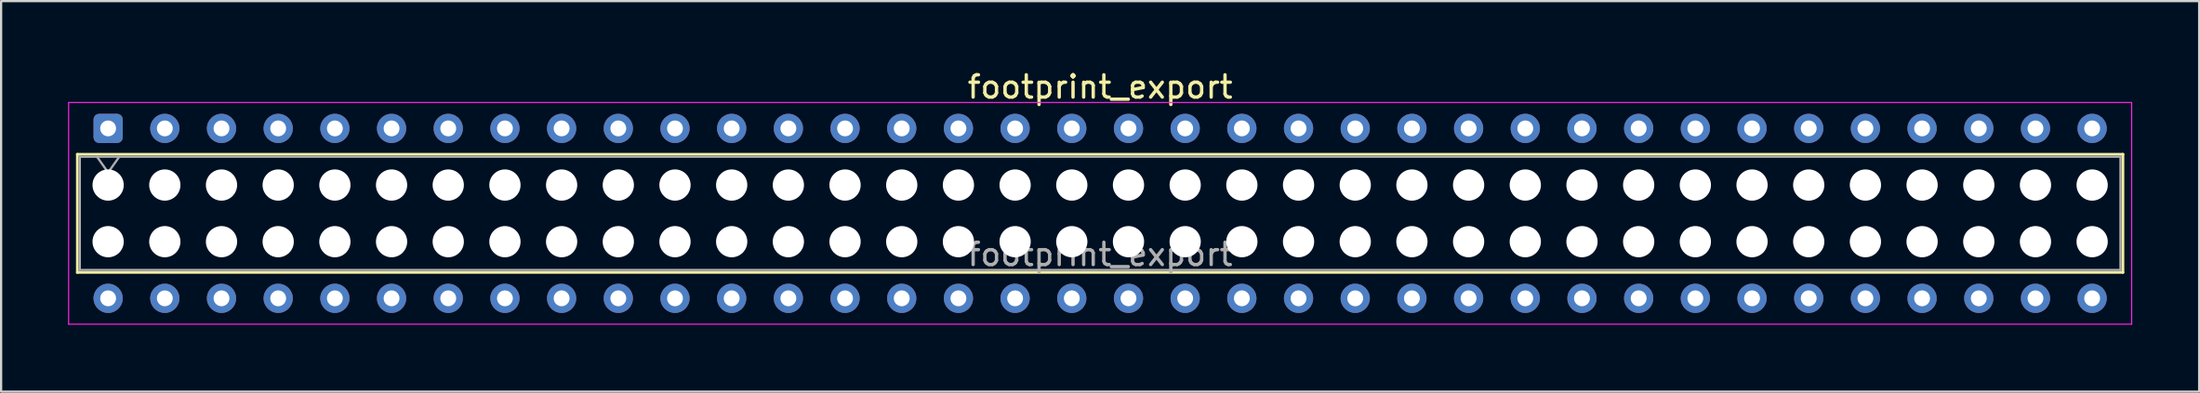
<source format=kicad_pcb>
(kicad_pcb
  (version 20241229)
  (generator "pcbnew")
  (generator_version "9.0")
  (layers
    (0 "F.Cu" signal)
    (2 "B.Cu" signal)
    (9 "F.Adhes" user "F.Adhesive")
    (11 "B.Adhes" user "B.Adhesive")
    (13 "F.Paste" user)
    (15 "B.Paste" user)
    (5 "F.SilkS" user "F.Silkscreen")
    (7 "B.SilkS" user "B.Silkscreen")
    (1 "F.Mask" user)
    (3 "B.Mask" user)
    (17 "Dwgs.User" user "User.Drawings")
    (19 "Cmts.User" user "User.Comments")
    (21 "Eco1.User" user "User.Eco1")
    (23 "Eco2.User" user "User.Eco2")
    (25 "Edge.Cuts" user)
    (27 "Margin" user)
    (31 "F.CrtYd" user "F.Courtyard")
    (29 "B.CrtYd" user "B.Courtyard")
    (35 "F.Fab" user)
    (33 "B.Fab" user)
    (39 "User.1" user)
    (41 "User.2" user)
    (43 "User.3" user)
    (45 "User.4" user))
  (footprint "footprint_export"
    (layer "F.Cu")
    (at 1.795 2.708)
    (property "Reference" "footprint_export" (at 44.45 -1.86 0) (layer "F.SilkS") (effects (font (size 1 1) (thickness 0.15))))
    (attr through_hole)
    (fp_line (start -1.38 1.16) (end 90.28 1.16) (stroke (width 0.12) (type solid)) (layer "F.SilkS"))
    (fp_line (start -1.38 6.46) (end -1.38 1.16) (stroke (width 0.12) (type solid)) (layer "F.SilkS"))
    (fp_line (start 90.28 1.16) (end 90.28 6.46) (stroke (width 0.12) (type solid)) (layer "F.SilkS"))
    (fp_line (start 90.28 6.46) (end -1.38 6.46) (stroke (width 0.12) (type solid)) (layer "F.SilkS"))
    (fp_line (start -1.77 -1.16) (end 90.67 -1.16) (stroke (width 0.05) (type solid)) (layer "F.CrtYd"))
    (fp_line (start -1.77 8.78) (end -1.77 -1.16) (stroke (width 0.05) (type solid)) (layer "F.CrtYd"))
    (fp_line (start 90.67 -1.16) (end 90.67 8.78) (stroke (width 0.05) (type solid)) (layer "F.CrtYd"))
    (fp_line (start 90.67 8.78) (end -1.77 8.78) (stroke (width 0.05) (type solid)) (layer "F.CrtYd"))
    (fp_line (start -1.27 1.27) (end 90.17 1.27) (stroke (width 0.1) (type solid)) (layer "F.Fab"))
    (fp_line (start -1.27 6.35) (end -1.27 1.27) (stroke (width 0.1) (type solid)) (layer "F.Fab"))
    (fp_line (start -0.5 1.27) (end 0 1.977) (stroke (width 0.1) (type solid)) (layer "F.Fab"))
    (fp_line (start 0 1.977) (end 0.5 1.27) (stroke (width 0.1) (type solid)) (layer "F.Fab"))
    (fp_line (start 90.17 1.27) (end 90.17 6.35) (stroke (width 0.1) (type solid)) (layer "F.Fab"))
    (fp_line (start 90.17 6.35) (end -1.27 6.35) (stroke (width 0.1) (type solid)) (layer "F.Fab"))
    (fp_text user "${REFERENCE}" (at 44.45 5.65 0) (layer "F.Fab") (effects (font (size 1 1) (thickness 0.15))))
    (pad "" np_thru_hole circle (at 0 2.54) (size 1.4 1.4) (drill 1.4) (layers "*.Cu" "*.Mask"))
    (pad "" np_thru_hole circle (at 0 5.08) (size 1.4 1.4) (drill 1.4) (layers "*.Cu" "*.Mask"))
    (pad "" np_thru_hole circle (at 2.54 2.54) (size 1.4 1.4) (drill 1.4) (layers "*.Cu" "*.Mask"))
    (pad "" np_thru_hole circle (at 2.54 5.08) (size 1.4 1.4) (drill 1.4) (layers "*.Cu" "*.Mask"))
    (pad "" np_thru_hole circle (at 5.08 2.54) (size 1.4 1.4) (drill 1.4) (layers "*.Cu" "*.Mask"))
    (pad "" np_thru_hole circle (at 5.08 5.08) (size 1.4 1.4) (drill 1.4) (layers "*.Cu" "*.Mask"))
    (pad "" np_thru_hole circle (at 7.62 2.54) (size 1.4 1.4) (drill 1.4) (layers "*.Cu" "*.Mask"))
    (pad "" np_thru_hole circle (at 7.62 5.08) (size 1.4 1.4) (drill 1.4) (layers "*.Cu" "*.Mask"))
    (pad "" np_thru_hole circle (at 10.16 2.54) (size 1.4 1.4) (drill 1.4) (layers "*.Cu" "*.Mask"))
    (pad "" np_thru_hole circle (at 10.16 5.08) (size 1.4 1.4) (drill 1.4) (layers "*.Cu" "*.Mask"))
    (pad "" np_thru_hole circle (at 12.7 2.54) (size 1.4 1.4) (drill 1.4) (layers "*.Cu" "*.Mask"))
    (pad "" np_thru_hole circle (at 12.7 5.08) (size 1.4 1.4) (drill 1.4) (layers "*.Cu" "*.Mask"))
    (pad "" np_thru_hole circle (at 15.24 2.54) (size 1.4 1.4) (drill 1.4) (layers "*.Cu" "*.Mask"))
    (pad "" np_thru_hole circle (at 15.24 5.08) (size 1.4 1.4) (drill 1.4) (layers "*.Cu" "*.Mask"))
    (pad "" np_thru_hole circle (at 17.78 2.54) (size 1.4 1.4) (drill 1.4) (layers "*.Cu" "*.Mask"))
    (pad "" np_thru_hole circle (at 17.78 5.08) (size 1.4 1.4) (drill 1.4) (layers "*.Cu" "*.Mask"))
    (pad "" np_thru_hole circle (at 20.32 2.54) (size 1.4 1.4) (drill 1.4) (layers "*.Cu" "*.Mask"))
    (pad "" np_thru_hole circle (at 20.32 5.08) (size 1.4 1.4) (drill 1.4) (layers "*.Cu" "*.Mask"))
    (pad "" np_thru_hole circle (at 22.86 2.54) (size 1.4 1.4) (drill 1.4) (layers "*.Cu" "*.Mask"))
    (pad "" np_thru_hole circle (at 22.86 5.08) (size 1.4 1.4) (drill 1.4) (layers "*.Cu" "*.Mask"))
    (pad "" np_thru_hole circle (at 25.4 2.54) (size 1.4 1.4) (drill 1.4) (layers "*.Cu" "*.Mask"))
    (pad "" np_thru_hole circle (at 25.4 5.08) (size 1.4 1.4) (drill 1.4) (layers "*.Cu" "*.Mask"))
    (pad "" np_thru_hole circle (at 27.94 2.54) (size 1.4 1.4) (drill 1.4) (layers "*.Cu" "*.Mask"))
    (pad "" np_thru_hole circle (at 27.94 5.08) (size 1.4 1.4) (drill 1.4) (layers "*.Cu" "*.Mask"))
    (pad "" np_thru_hole circle (at 30.48 2.54) (size 1.4 1.4) (drill 1.4) (layers "*.Cu" "*.Mask"))
    (pad "" np_thru_hole circle (at 30.48 5.08) (size 1.4 1.4) (drill 1.4) (layers "*.Cu" "*.Mask"))
    (pad "" np_thru_hole circle (at 33.02 2.54) (size 1.4 1.4) (drill 1.4) (layers "*.Cu" "*.Mask"))
    (pad "" np_thru_hole circle (at 33.02 5.08) (size 1.4 1.4) (drill 1.4) (layers "*.Cu" "*.Mask"))
    (pad "" np_thru_hole circle (at 35.56 2.54) (size 1.4 1.4) (drill 1.4) (layers "*.Cu" "*.Mask"))
    (pad "" np_thru_hole circle (at 35.56 5.08) (size 1.4 1.4) (drill 1.4) (layers "*.Cu" "*.Mask"))
    (pad "" np_thru_hole circle (at 38.1 2.54) (size 1.4 1.4) (drill 1.4) (layers "*.Cu" "*.Mask"))
    (pad "" np_thru_hole circle (at 38.1 5.08) (size 1.4 1.4) (drill 1.4) (layers "*.Cu" "*.Mask"))
    (pad "" np_thru_hole circle (at 40.64 2.54) (size 1.4 1.4) (drill 1.4) (layers "*.Cu" "*.Mask"))
    (pad "" np_thru_hole circle (at 40.64 5.08) (size 1.4 1.4) (drill 1.4) (layers "*.Cu" "*.Mask"))
    (pad "" np_thru_hole circle (at 43.18 2.54) (size 1.4 1.4) (drill 1.4) (layers "*.Cu" "*.Mask"))
    (pad "" np_thru_hole circle (at 43.18 5.08) (size 1.4 1.4) (drill 1.4) (layers "*.Cu" "*.Mask"))
    (pad "" np_thru_hole circle (at 45.72 2.54) (size 1.4 1.4) (drill 1.4) (layers "*.Cu" "*.Mask"))
    (pad "" np_thru_hole circle (at 45.72 5.08) (size 1.4 1.4) (drill 1.4) (layers "*.Cu" "*.Mask"))
    (pad "" np_thru_hole circle (at 48.26 2.54) (size 1.4 1.4) (drill 1.4) (layers "*.Cu" "*.Mask"))
    (pad "" np_thru_hole circle (at 48.26 5.08) (size 1.4 1.4) (drill 1.4) (layers "*.Cu" "*.Mask"))
    (pad "" np_thru_hole circle (at 50.8 2.54) (size 1.4 1.4) (drill 1.4) (layers "*.Cu" "*.Mask"))
    (pad "" np_thru_hole circle (at 50.8 5.08) (size 1.4 1.4) (drill 1.4) (layers "*.Cu" "*.Mask"))
    (pad "" np_thru_hole circle (at 53.34 2.54) (size 1.4 1.4) (drill 1.4) (layers "*.Cu" "*.Mask"))
    (pad "" np_thru_hole circle (at 53.34 5.08) (size 1.4 1.4) (drill 1.4) (layers "*.Cu" "*.Mask"))
    (pad "" np_thru_hole circle (at 55.88 2.54) (size 1.4 1.4) (drill 1.4) (layers "*.Cu" "*.Mask"))
    (pad "" np_thru_hole circle (at 55.88 5.08) (size 1.4 1.4) (drill 1.4) (layers "*.Cu" "*.Mask"))
    (pad "" np_thru_hole circle (at 58.42 2.54) (size 1.4 1.4) (drill 1.4) (layers "*.Cu" "*.Mask"))
    (pad "" np_thru_hole circle (at 58.42 5.08) (size 1.4 1.4) (drill 1.4) (layers "*.Cu" "*.Mask"))
    (pad "" np_thru_hole circle (at 60.96 2.54) (size 1.4 1.4) (drill 1.4) (layers "*.Cu" "*.Mask"))
    (pad "" np_thru_hole circle (at 60.96 5.08) (size 1.4 1.4) (drill 1.4) (layers "*.Cu" "*.Mask"))
    (pad "" np_thru_hole circle (at 63.5 2.54) (size 1.4 1.4) (drill 1.4) (layers "*.Cu" "*.Mask"))
    (pad "" np_thru_hole circle (at 63.5 5.08) (size 1.4 1.4) (drill 1.4) (layers "*.Cu" "*.Mask"))
    (pad "" np_thru_hole circle (at 66.04 2.54) (size 1.4 1.4) (drill 1.4) (layers "*.Cu" "*.Mask"))
    (pad "" np_thru_hole circle (at 66.04 5.08) (size 1.4 1.4) (drill 1.4) (layers "*.Cu" "*.Mask"))
    (pad "" np_thru_hole circle (at 68.58 2.54) (size 1.4 1.4) (drill 1.4) (layers "*.Cu" "*.Mask"))
    (pad "" np_thru_hole circle (at 68.58 5.08) (size 1.4 1.4) (drill 1.4) (layers "*.Cu" "*.Mask"))
    (pad "" np_thru_hole circle (at 71.12 2.54) (size 1.4 1.4) (drill 1.4) (layers "*.Cu" "*.Mask"))
    (pad "" np_thru_hole circle (at 71.12 5.08) (size 1.4 1.4) (drill 1.4) (layers "*.Cu" "*.Mask"))
    (pad "" np_thru_hole circle (at 73.66 2.54) (size 1.4 1.4) (drill 1.4) (layers "*.Cu" "*.Mask"))
    (pad "" np_thru_hole circle (at 73.66 5.08) (size 1.4 1.4) (drill 1.4) (layers "*.Cu" "*.Mask"))
    (pad "" np_thru_hole circle (at 76.2 2.54) (size 1.4 1.4) (drill 1.4) (layers "*.Cu" "*.Mask"))
    (pad "" np_thru_hole circle (at 76.2 5.08) (size 1.4 1.4) (drill 1.4) (layers "*.Cu" "*.Mask"))
    (pad "" np_thru_hole circle (at 78.74 2.54) (size 1.4 1.4) (drill 1.4) (layers "*.Cu" "*.Mask"))
    (pad "" np_thru_hole circle (at 78.74 5.08) (size 1.4 1.4) (drill 1.4) (layers "*.Cu" "*.Mask"))
    (pad "" np_thru_hole circle (at 81.28 2.54) (size 1.4 1.4) (drill 1.4) (layers "*.Cu" "*.Mask"))
    (pad "" np_thru_hole circle (at 81.28 5.08) (size 1.4 1.4) (drill 1.4) (layers "*.Cu" "*.Mask"))
    (pad "" np_thru_hole circle (at 83.82 2.54) (size 1.4 1.4) (drill 1.4) (layers "*.Cu" "*.Mask"))
    (pad "" np_thru_hole circle (at 83.82 5.08) (size 1.4 1.4) (drill 1.4) (layers "*.Cu" "*.Mask"))
    (pad "" np_thru_hole circle (at 86.36 2.54) (size 1.4 1.4) (drill 1.4) (layers "*.Cu" "*.Mask"))
    (pad "" np_thru_hole circle (at 86.36 5.08) (size 1.4 1.4) (drill 1.4) (layers "*.Cu" "*.Mask"))
    (pad "" np_thru_hole circle (at 88.9 2.54) (size 1.4 1.4) (drill 1.4) (layers "*.Cu" "*.Mask"))
    (pad "" np_thru_hole circle (at 88.9 5.08) (size 1.4 1.4) (drill 1.4) (layers "*.Cu" "*.Mask"))
    (pad "1" thru_hole roundrect (at 0 0) (size 1.31 1.31) (drill 0.71) (layers "*.Cu" "*.Mask") (roundrect_rratio 0.191))
    (pad "2" thru_hole circle (at 0 7.62) (size 1.31 1.31) (drill 0.71) (layers "*.Cu" "*.Mask"))
    (pad "3" thru_hole circle (at 2.54 0) (size 1.31 1.31) (drill 0.71) (layers "*.Cu" "*.Mask"))
    (pad "4" thru_hole circle (at 2.54 7.62) (size 1.31 1.31) (drill 0.71) (layers "*.Cu" "*.Mask"))
    (pad "5" thru_hole circle (at 5.08 0) (size 1.31 1.31) (drill 0.71) (layers "*.Cu" "*.Mask"))
    (pad "6" thru_hole circle (at 5.08 7.62) (size 1.31 1.31) (drill 0.71) (layers "*.Cu" "*.Mask"))
    (pad "7" thru_hole circle (at 7.62 0) (size 1.31 1.31) (drill 0.71) (layers "*.Cu" "*.Mask"))
    (pad "8" thru_hole circle (at 7.62 7.62) (size 1.31 1.31) (drill 0.71) (layers "*.Cu" "*.Mask"))
    (pad "9" thru_hole circle (at 10.16 0) (size 1.31 1.31) (drill 0.71) (layers "*.Cu" "*.Mask"))
    (pad "10" thru_hole circle (at 10.16 7.62) (size 1.31 1.31) (drill 0.71) (layers "*.Cu" "*.Mask"))
    (pad "11" thru_hole circle (at 12.7 0) (size 1.31 1.31) (drill 0.71) (layers "*.Cu" "*.Mask"))
    (pad "12" thru_hole circle (at 12.7 7.62) (size 1.31 1.31) (drill 0.71) (layers "*.Cu" "*.Mask"))
    (pad "13" thru_hole circle (at 15.24 0) (size 1.31 1.31) (drill 0.71) (layers "*.Cu" "*.Mask"))
    (pad "14" thru_hole circle (at 15.24 7.62) (size 1.31 1.31) (drill 0.71) (layers "*.Cu" "*.Mask"))
    (pad "15" thru_hole circle (at 17.78 0) (size 1.31 1.31) (drill 0.71) (layers "*.Cu" "*.Mask"))
    (pad "16" thru_hole circle (at 17.78 7.62) (size 1.31 1.31) (drill 0.71) (layers "*.Cu" "*.Mask"))
    (pad "17" thru_hole circle (at 20.32 0) (size 1.31 1.31) (drill 0.71) (layers "*.Cu" "*.Mask"))
    (pad "18" thru_hole circle (at 20.32 7.62) (size 1.31 1.31) (drill 0.71) (layers "*.Cu" "*.Mask"))
    (pad "19" thru_hole circle (at 22.86 0) (size 1.31 1.31) (drill 0.71) (layers "*.Cu" "*.Mask"))
    (pad "20" thru_hole circle (at 22.86 7.62) (size 1.31 1.31) (drill 0.71) (layers "*.Cu" "*.Mask"))
    (pad "21" thru_hole circle (at 25.4 0) (size 1.31 1.31) (drill 0.71) (layers "*.Cu" "*.Mask"))
    (pad "22" thru_hole circle (at 25.4 7.62) (size 1.31 1.31) (drill 0.71) (layers "*.Cu" "*.Mask"))
    (pad "23" thru_hole circle (at 27.94 0) (size 1.31 1.31) (drill 0.71) (layers "*.Cu" "*.Mask"))
    (pad "24" thru_hole circle (at 27.94 7.62) (size 1.31 1.31) (drill 0.71) (layers "*.Cu" "*.Mask"))
    (pad "25" thru_hole circle (at 30.48 0) (size 1.31 1.31) (drill 0.71) (layers "*.Cu" "*.Mask"))
    (pad "26" thru_hole circle (at 30.48 7.62) (size 1.31 1.31) (drill 0.71) (layers "*.Cu" "*.Mask"))
    (pad "27" thru_hole circle (at 33.02 0) (size 1.31 1.31) (drill 0.71) (layers "*.Cu" "*.Mask"))
    (pad "28" thru_hole circle (at 33.02 7.62) (size 1.31 1.31) (drill 0.71) (layers "*.Cu" "*.Mask"))
    (pad "29" thru_hole circle (at 35.56 0) (size 1.31 1.31) (drill 0.71) (layers "*.Cu" "*.Mask"))
    (pad "30" thru_hole circle (at 35.56 7.62) (size 1.31 1.31) (drill 0.71) (layers "*.Cu" "*.Mask"))
    (pad "31" thru_hole circle (at 38.1 0) (size 1.31 1.31) (drill 0.71) (layers "*.Cu" "*.Mask"))
    (pad "32" thru_hole circle (at 38.1 7.62) (size 1.31 1.31) (drill 0.71) (layers "*.Cu" "*.Mask"))
    (pad "33" thru_hole circle (at 40.64 0) (size 1.31 1.31) (drill 0.71) (layers "*.Cu" "*.Mask"))
    (pad "34" thru_hole circle (at 40.64 7.62) (size 1.31 1.31) (drill 0.71) (layers "*.Cu" "*.Mask"))
    (pad "35" thru_hole circle (at 43.18 0) (size 1.31 1.31) (drill 0.71) (layers "*.Cu" "*.Mask"))
    (pad "36" thru_hole circle (at 43.18 7.62) (size 1.31 1.31) (drill 0.71) (layers "*.Cu" "*.Mask"))
    (pad "37" thru_hole circle (at 45.72 0) (size 1.31 1.31) (drill 0.71) (layers "*.Cu" "*.Mask"))
    (pad "38" thru_hole circle (at 45.72 7.62) (size 1.31 1.31) (drill 0.71) (layers "*.Cu" "*.Mask"))
    (pad "39" thru_hole circle (at 48.26 0) (size 1.31 1.31) (drill 0.71) (layers "*.Cu" "*.Mask"))
    (pad "40" thru_hole circle (at 48.26 7.62) (size 1.31 1.31) (drill 0.71) (layers "*.Cu" "*.Mask"))
    (pad "41" thru_hole circle (at 50.8 0) (size 1.31 1.31) (drill 0.71) (layers "*.Cu" "*.Mask"))
    (pad "42" thru_hole circle (at 50.8 7.62) (size 1.31 1.31) (drill 0.71) (layers "*.Cu" "*.Mask"))
    (pad "43" thru_hole circle (at 53.34 0) (size 1.31 1.31) (drill 0.71) (layers "*.Cu" "*.Mask"))
    (pad "44" thru_hole circle (at 53.34 7.62) (size 1.31 1.31) (drill 0.71) (layers "*.Cu" "*.Mask"))
    (pad "45" thru_hole circle (at 55.88 0) (size 1.31 1.31) (drill 0.71) (layers "*.Cu" "*.Mask"))
    (pad "46" thru_hole circle (at 55.88 7.62) (size 1.31 1.31) (drill 0.71) (layers "*.Cu" "*.Mask"))
    (pad "47" thru_hole circle (at 58.42 0) (size 1.31 1.31) (drill 0.71) (layers "*.Cu" "*.Mask"))
    (pad "48" thru_hole circle (at 58.42 7.62) (size 1.31 1.31) (drill 0.71) (layers "*.Cu" "*.Mask"))
    (pad "49" thru_hole circle (at 60.96 0) (size 1.31 1.31) (drill 0.71) (layers "*.Cu" "*.Mask"))
    (pad "50" thru_hole circle (at 60.96 7.62) (size 1.31 1.31) (drill 0.71) (layers "*.Cu" "*.Mask"))
    (pad "51" thru_hole circle (at 63.5 0) (size 1.31 1.31) (drill 0.71) (layers "*.Cu" "*.Mask"))
    (pad "52" thru_hole circle (at 63.5 7.62) (size 1.31 1.31) (drill 0.71) (layers "*.Cu" "*.Mask"))
    (pad "53" thru_hole circle (at 66.04 0) (size 1.31 1.31) (drill 0.71) (layers "*.Cu" "*.Mask"))
    (pad "54" thru_hole circle (at 66.04 7.62) (size 1.31 1.31) (drill 0.71) (layers "*.Cu" "*.Mask"))
    (pad "55" thru_hole circle (at 68.58 0) (size 1.31 1.31) (drill 0.71) (layers "*.Cu" "*.Mask"))
    (pad "56" thru_hole circle (at 68.58 7.62) (size 1.31 1.31) (drill 0.71) (layers "*.Cu" "*.Mask"))
    (pad "57" thru_hole circle (at 71.12 0) (size 1.31 1.31) (drill 0.71) (layers "*.Cu" "*.Mask"))
    (pad "58" thru_hole circle (at 71.12 7.62) (size 1.31 1.31) (drill 0.71) (layers "*.Cu" "*.Mask"))
    (pad "59" thru_hole circle (at 73.66 0) (size 1.31 1.31) (drill 0.71) (layers "*.Cu" "*.Mask"))
    (pad "60" thru_hole circle (at 73.66 7.62) (size 1.31 1.31) (drill 0.71) (layers "*.Cu" "*.Mask"))
    (pad "61" thru_hole circle (at 76.2 0) (size 1.31 1.31) (drill 0.71) (layers "*.Cu" "*.Mask"))
    (pad "62" thru_hole circle (at 76.2 7.62) (size 1.31 1.31) (drill 0.71) (layers "*.Cu" "*.Mask"))
    (pad "63" thru_hole circle (at 78.74 0) (size 1.31 1.31) (drill 0.71) (layers "*.Cu" "*.Mask"))
    (pad "64" thru_hole circle (at 78.74 7.62) (size 1.31 1.31) (drill 0.71) (layers "*.Cu" "*.Mask"))
    (pad "65" thru_hole circle (at 81.28 0) (size 1.31 1.31) (drill 0.71) (layers "*.Cu" "*.Mask"))
    (pad "66" thru_hole circle (at 81.28 7.62) (size 1.31 1.31) (drill 0.71) (layers "*.Cu" "*.Mask"))
    (pad "67" thru_hole circle (at 83.82 0) (size 1.31 1.31) (drill 0.71) (layers "*.Cu" "*.Mask"))
    (pad "68" thru_hole circle (at 83.82 7.62) (size 1.31 1.31) (drill 0.71) (layers "*.Cu" "*.Mask"))
    (pad "69" thru_hole circle (at 86.36 0) (size 1.31 1.31) (drill 0.71) (layers "*.Cu" "*.Mask"))
    (pad "70" thru_hole circle (at 86.36 7.62) (size 1.31 1.31) (drill 0.71) (layers "*.Cu" "*.Mask"))
    (pad "71" thru_hole circle (at 88.9 0) (size 1.31 1.31) (drill 0.71) (layers "*.Cu" "*.Mask"))
    (pad "72" thru_hole circle (at 88.9 7.62) (size 1.31 1.31) (drill 0.71) (layers "*.Cu" "*.Mask")))
  (gr_rect
    (start -3 -3)
    (end 95.49 14.513)
    (stroke (width 0.1) (type default))
    (fill no)
    (layer "Edge.Cuts")))
</source>
